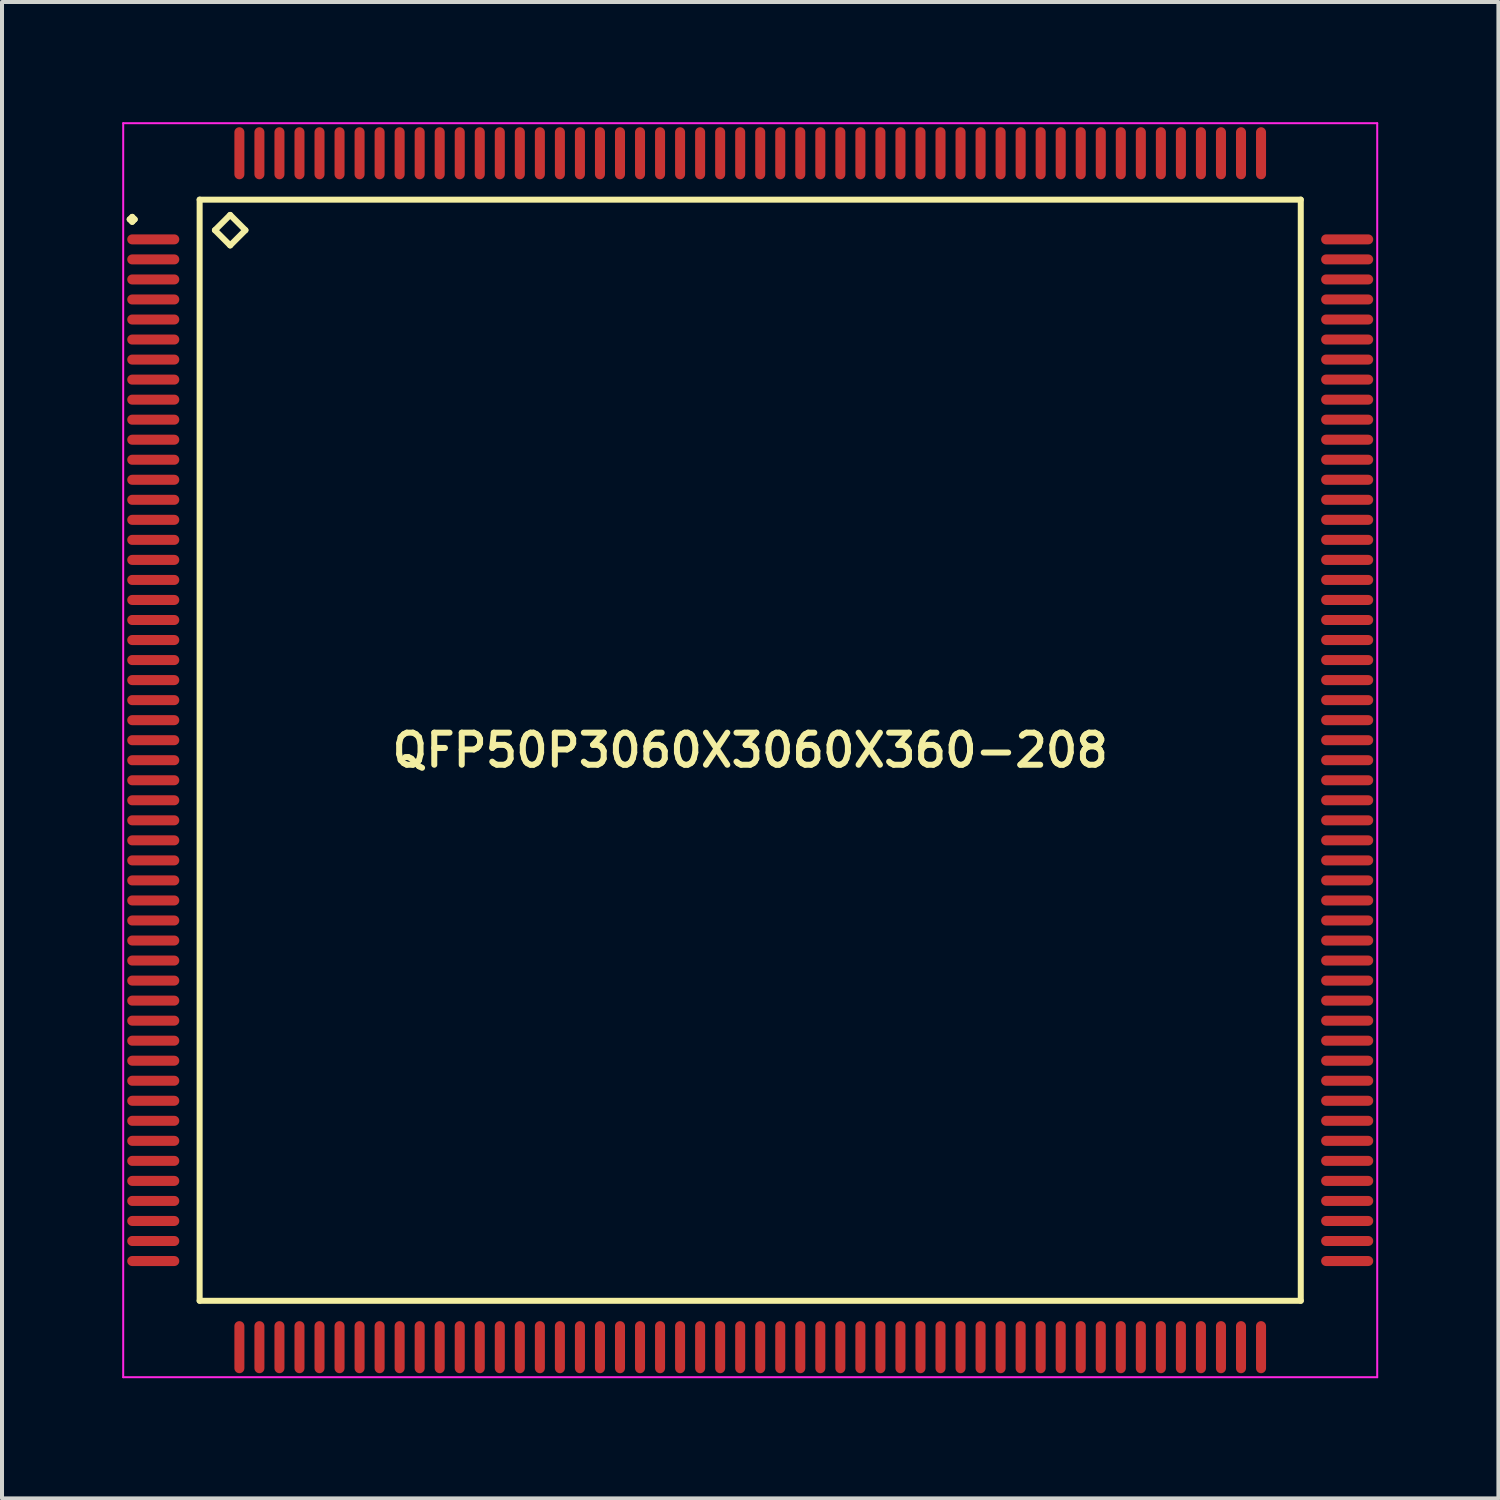
<source format=kicad_pcb>
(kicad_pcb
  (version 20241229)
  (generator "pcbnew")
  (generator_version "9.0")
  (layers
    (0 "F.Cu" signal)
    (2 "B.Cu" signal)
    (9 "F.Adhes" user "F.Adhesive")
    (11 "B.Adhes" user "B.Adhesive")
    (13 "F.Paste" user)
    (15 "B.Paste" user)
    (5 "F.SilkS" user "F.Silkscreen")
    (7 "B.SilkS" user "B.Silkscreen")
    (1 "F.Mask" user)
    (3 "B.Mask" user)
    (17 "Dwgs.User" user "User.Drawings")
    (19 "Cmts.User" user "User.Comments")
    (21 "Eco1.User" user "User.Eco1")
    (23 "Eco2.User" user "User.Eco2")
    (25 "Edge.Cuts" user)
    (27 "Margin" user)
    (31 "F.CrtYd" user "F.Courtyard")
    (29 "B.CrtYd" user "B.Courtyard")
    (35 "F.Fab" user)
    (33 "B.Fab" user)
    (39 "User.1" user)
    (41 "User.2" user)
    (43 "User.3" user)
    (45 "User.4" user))
  (footprint "QFP50P3060X3060X360-208"
    (layer "F.Cu")
    (at 15.675 15.675)
    (property "Reference" "QFP50P3060X3060X360-208" (at 0 0 0) (layer "F.SilkS") (effects (font (size 0.8 0.8) (thickness 0.15))))
    (attr smd)
    (fp_line (start -15.488 -13.25) (end -15.425 -13.312) (stroke (width 0.15) (type solid)) (layer "F.SilkS"))
    (fp_line (start -15.425 -13.312) (end -15.363 -13.25) (stroke (width 0.15) (type solid)) (layer "F.SilkS"))
    (fp_line (start -15.425 -13.188) (end -15.488 -13.25) (stroke (width 0.15) (type solid)) (layer "F.SilkS"))
    (fp_line (start -15.363 -13.25) (end -15.425 -13.188) (stroke (width 0.15) (type solid)) (layer "F.SilkS"))
    (fp_line (start -13.742 -13.742) (end -13.742 13.742) (stroke (width 0.15) (type solid)) (layer "F.SilkS"))
    (fp_line (start -13.742 13.742) (end 13.742 13.742) (stroke (width 0.15) (type solid)) (layer "F.SilkS"))
    (fp_line (start -13.361 -12.98) (end -12.98 -13.361) (stroke (width 0.15) (type solid)) (layer "F.SilkS"))
    (fp_line (start -12.98 -13.361) (end -12.599 -12.98) (stroke (width 0.15) (type solid)) (layer "F.SilkS"))
    (fp_line (start -12.98 -12.599) (end -13.361 -12.98) (stroke (width 0.15) (type solid)) (layer "F.SilkS"))
    (fp_line (start -12.599 -12.98) (end -12.98 -12.599) (stroke (width 0.15) (type solid)) (layer "F.SilkS"))
    (fp_line (start 13.742 -13.742) (end -13.742 -13.742) (stroke (width 0.15) (type solid)) (layer "F.SilkS"))
    (fp_line (start 13.742 13.742) (end 13.742 -13.742) (stroke (width 0.15) (type solid)) (layer "F.SilkS"))
    (fp_line (start -15.65 -15.65) (end 15.65 -15.65) (stroke (width 0.05) (type solid)) (layer "F.CrtYd"))
    (fp_line (start -15.65 15.65) (end -15.65 -15.65) (stroke (width 0.05) (type solid)) (layer "F.CrtYd"))
    (fp_line (start 15.65 -15.65) (end 15.65 15.65) (stroke (width 0.05) (type solid)) (layer "F.CrtYd"))
    (fp_line (start 15.65 15.65) (end -15.65 15.65) (stroke (width 0.05) (type solid)) (layer "F.CrtYd"))
    (pad "1" smd oval (at -14.9 -12.75) (size 1.3 0.25) (layers "F.Cu" "F.Mask" "F.Paste"))
    (pad "2" smd oval (at -14.9 -12.25) (size 1.3 0.25) (layers "F.Cu" "F.Mask" "F.Paste"))
    (pad "3" smd oval (at -14.9 -11.75) (size 1.3 0.25) (layers "F.Cu" "F.Mask" "F.Paste"))
    (pad "4" smd oval (at -14.9 -11.25) (size 1.3 0.25) (layers "F.Cu" "F.Mask" "F.Paste"))
    (pad "5" smd oval (at -14.9 -10.75) (size 1.3 0.25) (layers "F.Cu" "F.Mask" "F.Paste"))
    (pad "6" smd oval (at -14.9 -10.25) (size 1.3 0.25) (layers "F.Cu" "F.Mask" "F.Paste"))
    (pad "7" smd oval (at -14.9 -9.75) (size 1.3 0.25) (layers "F.Cu" "F.Mask" "F.Paste"))
    (pad "8" smd oval (at -14.9 -9.25) (size 1.3 0.25) (layers "F.Cu" "F.Mask" "F.Paste"))
    (pad "9" smd oval (at -14.9 -8.75) (size 1.3 0.25) (layers "F.Cu" "F.Mask" "F.Paste"))
    (pad "10" smd oval (at -14.9 -8.25) (size 1.3 0.25) (layers "F.Cu" "F.Mask" "F.Paste"))
    (pad "11" smd oval (at -14.9 -7.75) (size 1.3 0.25) (layers "F.Cu" "F.Mask" "F.Paste"))
    (pad "12" smd oval (at -14.9 -7.25) (size 1.3 0.25) (layers "F.Cu" "F.Mask" "F.Paste"))
    (pad "13" smd oval (at -14.9 -6.75) (size 1.3 0.25) (layers "F.Cu" "F.Mask" "F.Paste"))
    (pad "14" smd oval (at -14.9 -6.25) (size 1.3 0.25) (layers "F.Cu" "F.Mask" "F.Paste"))
    (pad "15" smd oval (at -14.9 -5.75) (size 1.3 0.25) (layers "F.Cu" "F.Mask" "F.Paste"))
    (pad "16" smd oval (at -14.9 -5.25) (size 1.3 0.25) (layers "F.Cu" "F.Mask" "F.Paste"))
    (pad "17" smd oval (at -14.9 -4.75) (size 1.3 0.25) (layers "F.Cu" "F.Mask" "F.Paste"))
    (pad "18" smd oval (at -14.9 -4.25) (size 1.3 0.25) (layers "F.Cu" "F.Mask" "F.Paste"))
    (pad "19" smd oval (at -14.9 -3.75) (size 1.3 0.25) (layers "F.Cu" "F.Mask" "F.Paste"))
    (pad "20" smd oval (at -14.9 -3.25) (size 1.3 0.25) (layers "F.Cu" "F.Mask" "F.Paste"))
    (pad "21" smd oval (at -14.9 -2.75) (size 1.3 0.25) (layers "F.Cu" "F.Mask" "F.Paste"))
    (pad "22" smd oval (at -14.9 -2.25) (size 1.3 0.25) (layers "F.Cu" "F.Mask" "F.Paste"))
    (pad "23" smd oval (at -14.9 -1.75) (size 1.3 0.25) (layers "F.Cu" "F.Mask" "F.Paste"))
    (pad "24" smd oval (at -14.9 -1.25) (size 1.3 0.25) (layers "F.Cu" "F.Mask" "F.Paste"))
    (pad "25" smd oval (at -14.9 -0.75) (size 1.3 0.25) (layers "F.Cu" "F.Mask" "F.Paste"))
    (pad "26" smd oval (at -14.9 -0.25) (size 1.3 0.25) (layers "F.Cu" "F.Mask" "F.Paste"))
    (pad "27" smd oval (at -14.9 0.25) (size 1.3 0.25) (layers "F.Cu" "F.Mask" "F.Paste"))
    (pad "28" smd oval (at -14.9 0.75) (size 1.3 0.25) (layers "F.Cu" "F.Mask" "F.Paste"))
    (pad "29" smd oval (at -14.9 1.25) (size 1.3 0.25) (layers "F.Cu" "F.Mask" "F.Paste"))
    (pad "30" smd oval (at -14.9 1.75) (size 1.3 0.25) (layers "F.Cu" "F.Mask" "F.Paste"))
    (pad "31" smd oval (at -14.9 2.25) (size 1.3 0.25) (layers "F.Cu" "F.Mask" "F.Paste"))
    (pad "32" smd oval (at -14.9 2.75) (size 1.3 0.25) (layers "F.Cu" "F.Mask" "F.Paste"))
    (pad "33" smd oval (at -14.9 3.25) (size 1.3 0.25) (layers "F.Cu" "F.Mask" "F.Paste"))
    (pad "34" smd oval (at -14.9 3.75) (size 1.3 0.25) (layers "F.Cu" "F.Mask" "F.Paste"))
    (pad "35" smd oval (at -14.9 4.25) (size 1.3 0.25) (layers "F.Cu" "F.Mask" "F.Paste"))
    (pad "36" smd oval (at -14.9 4.75) (size 1.3 0.25) (layers "F.Cu" "F.Mask" "F.Paste"))
    (pad "37" smd oval (at -14.9 5.25) (size 1.3 0.25) (layers "F.Cu" "F.Mask" "F.Paste"))
    (pad "38" smd oval (at -14.9 5.75) (size 1.3 0.25) (layers "F.Cu" "F.Mask" "F.Paste"))
    (pad "39" smd oval (at -14.9 6.25) (size 1.3 0.25) (layers "F.Cu" "F.Mask" "F.Paste"))
    (pad "40" smd oval (at -14.9 6.75) (size 1.3 0.25) (layers "F.Cu" "F.Mask" "F.Paste"))
    (pad "41" smd oval (at -14.9 7.25) (size 1.3 0.25) (layers "F.Cu" "F.Mask" "F.Paste"))
    (pad "42" smd oval (at -14.9 7.75) (size 1.3 0.25) (layers "F.Cu" "F.Mask" "F.Paste"))
    (pad "43" smd oval (at -14.9 8.25) (size 1.3 0.25) (layers "F.Cu" "F.Mask" "F.Paste"))
    (pad "44" smd oval (at -14.9 8.75) (size 1.3 0.25) (layers "F.Cu" "F.Mask" "F.Paste"))
    (pad "45" smd oval (at -14.9 9.25) (size 1.3 0.25) (layers "F.Cu" "F.Mask" "F.Paste"))
    (pad "46" smd oval (at -14.9 9.75) (size 1.3 0.25) (layers "F.Cu" "F.Mask" "F.Paste"))
    (pad "47" smd oval (at -14.9 10.25) (size 1.3 0.25) (layers "F.Cu" "F.Mask" "F.Paste"))
    (pad "48" smd oval (at -14.9 10.75) (size 1.3 0.25) (layers "F.Cu" "F.Mask" "F.Paste"))
    (pad "49" smd oval (at -14.9 11.25) (size 1.3 0.25) (layers "F.Cu" "F.Mask" "F.Paste"))
    (pad "50" smd oval (at -14.9 11.75) (size 1.3 0.25) (layers "F.Cu" "F.Mask" "F.Paste"))
    (pad "51" smd oval (at -14.9 12.25) (size 1.3 0.25) (layers "F.Cu" "F.Mask" "F.Paste"))
    (pad "52" smd oval (at -14.9 12.75) (size 1.3 0.25) (layers "F.Cu" "F.Mask" "F.Paste"))
    (pad "53" smd oval (at -12.75 14.9) (size 0.25 1.3) (layers "F.Cu" "F.Mask" "F.Paste"))
    (pad "54" smd oval (at -12.25 14.9) (size 0.25 1.3) (layers "F.Cu" "F.Mask" "F.Paste"))
    (pad "55" smd oval (at -11.75 14.9) (size 0.25 1.3) (layers "F.Cu" "F.Mask" "F.Paste"))
    (pad "56" smd oval (at -11.25 14.9) (size 0.25 1.3) (layers "F.Cu" "F.Mask" "F.Paste"))
    (pad "57" smd oval (at -10.75 14.9) (size 0.25 1.3) (layers "F.Cu" "F.Mask" "F.Paste"))
    (pad "58" smd oval (at -10.25 14.9) (size 0.25 1.3) (layers "F.Cu" "F.Mask" "F.Paste"))
    (pad "59" smd oval (at -9.75 14.9) (size 0.25 1.3) (layers "F.Cu" "F.Mask" "F.Paste"))
    (pad "60" smd oval (at -9.25 14.9) (size 0.25 1.3) (layers "F.Cu" "F.Mask" "F.Paste"))
    (pad "61" smd oval (at -8.75 14.9) (size 0.25 1.3) (layers "F.Cu" "F.Mask" "F.Paste"))
    (pad "62" smd oval (at -8.25 14.9) (size 0.25 1.3) (layers "F.Cu" "F.Mask" "F.Paste"))
    (pad "63" smd oval (at -7.75 14.9) (size 0.25 1.3) (layers "F.Cu" "F.Mask" "F.Paste"))
    (pad "64" smd oval (at -7.25 14.9) (size 0.25 1.3) (layers "F.Cu" "F.Mask" "F.Paste"))
    (pad "65" smd oval (at -6.75 14.9) (size 0.25 1.3) (layers "F.Cu" "F.Mask" "F.Paste"))
    (pad "66" smd oval (at -6.25 14.9) (size 0.25 1.3) (layers "F.Cu" "F.Mask" "F.Paste"))
    (pad "67" smd oval (at -5.75 14.9) (size 0.25 1.3) (layers "F.Cu" "F.Mask" "F.Paste"))
    (pad "68" smd oval (at -5.25 14.9) (size 0.25 1.3) (layers "F.Cu" "F.Mask" "F.Paste"))
    (pad "69" smd oval (at -4.75 14.9) (size 0.25 1.3) (layers "F.Cu" "F.Mask" "F.Paste"))
    (pad "70" smd oval (at -4.25 14.9) (size 0.25 1.3) (layers "F.Cu" "F.Mask" "F.Paste"))
    (pad "71" smd oval (at -3.75 14.9) (size 0.25 1.3) (layers "F.Cu" "F.Mask" "F.Paste"))
    (pad "72" smd oval (at -3.25 14.9) (size 0.25 1.3) (layers "F.Cu" "F.Mask" "F.Paste"))
    (pad "73" smd oval (at -2.75 14.9) (size 0.25 1.3) (layers "F.Cu" "F.Mask" "F.Paste"))
    (pad "74" smd oval (at -2.25 14.9) (size 0.25 1.3) (layers "F.Cu" "F.Mask" "F.Paste"))
    (pad "75" smd oval (at -1.75 14.9) (size 0.25 1.3) (layers "F.Cu" "F.Mask" "F.Paste"))
    (pad "76" smd oval (at -1.25 14.9) (size 0.25 1.3) (layers "F.Cu" "F.Mask" "F.Paste"))
    (pad "77" smd oval (at -0.75 14.9) (size 0.25 1.3) (layers "F.Cu" "F.Mask" "F.Paste"))
    (pad "78" smd oval (at -0.25 14.9) (size 0.25 1.3) (layers "F.Cu" "F.Mask" "F.Paste"))
    (pad "79" smd oval (at 0.25 14.9) (size 0.25 1.3) (layers "F.Cu" "F.Mask" "F.Paste"))
    (pad "80" smd oval (at 0.75 14.9) (size 0.25 1.3) (layers "F.Cu" "F.Mask" "F.Paste"))
    (pad "81" smd oval (at 1.25 14.9) (size 0.25 1.3) (layers "F.Cu" "F.Mask" "F.Paste"))
    (pad "82" smd oval (at 1.75 14.9) (size 0.25 1.3) (layers "F.Cu" "F.Mask" "F.Paste"))
    (pad "83" smd oval (at 2.25 14.9) (size 0.25 1.3) (layers "F.Cu" "F.Mask" "F.Paste"))
    (pad "84" smd oval (at 2.75 14.9) (size 0.25 1.3) (layers "F.Cu" "F.Mask" "F.Paste"))
    (pad "85" smd oval (at 3.25 14.9) (size 0.25 1.3) (layers "F.Cu" "F.Mask" "F.Paste"))
    (pad "86" smd oval (at 3.75 14.9) (size 0.25 1.3) (layers "F.Cu" "F.Mask" "F.Paste"))
    (pad "87" smd oval (at 4.25 14.9) (size 0.25 1.3) (layers "F.Cu" "F.Mask" "F.Paste"))
    (pad "88" smd oval (at 4.75 14.9) (size 0.25 1.3) (layers "F.Cu" "F.Mask" "F.Paste"))
    (pad "89" smd oval (at 5.25 14.9) (size 0.25 1.3) (layers "F.Cu" "F.Mask" "F.Paste"))
    (pad "90" smd oval (at 5.75 14.9) (size 0.25 1.3) (layers "F.Cu" "F.Mask" "F.Paste"))
    (pad "91" smd oval (at 6.25 14.9) (size 0.25 1.3) (layers "F.Cu" "F.Mask" "F.Paste"))
    (pad "92" smd oval (at 6.75 14.9) (size 0.25 1.3) (layers "F.Cu" "F.Mask" "F.Paste"))
    (pad "93" smd oval (at 7.25 14.9) (size 0.25 1.3) (layers "F.Cu" "F.Mask" "F.Paste"))
    (pad "94" smd oval (at 7.75 14.9) (size 0.25 1.3) (layers "F.Cu" "F.Mask" "F.Paste"))
    (pad "95" smd oval (at 8.25 14.9) (size 0.25 1.3) (layers "F.Cu" "F.Mask" "F.Paste"))
    (pad "96" smd oval (at 8.75 14.9) (size 0.25 1.3) (layers "F.Cu" "F.Mask" "F.Paste"))
    (pad "97" smd oval (at 9.25 14.9) (size 0.25 1.3) (layers "F.Cu" "F.Mask" "F.Paste"))
    (pad "98" smd oval (at 9.75 14.9) (size 0.25 1.3) (layers "F.Cu" "F.Mask" "F.Paste"))
    (pad "99" smd oval (at 10.25 14.9) (size 0.25 1.3) (layers "F.Cu" "F.Mask" "F.Paste"))
    (pad "100" smd oval (at 10.75 14.9) (size 0.25 1.3) (layers "F.Cu" "F.Mask" "F.Paste"))
    (pad "101" smd oval (at 11.25 14.9) (size 0.25 1.3) (layers "F.Cu" "F.Mask" "F.Paste"))
    (pad "102" smd oval (at 11.75 14.9) (size 0.25 1.3) (layers "F.Cu" "F.Mask" "F.Paste"))
    (pad "103" smd oval (at 12.25 14.9) (size 0.25 1.3) (layers "F.Cu" "F.Mask" "F.Paste"))
    (pad "104" smd oval (at 12.75 14.9) (size 0.25 1.3) (layers "F.Cu" "F.Mask" "F.Paste"))
    (pad "105" smd oval (at 14.9 12.75) (size 1.3 0.25) (layers "F.Cu" "F.Mask" "F.Paste"))
    (pad "106" smd oval (at 14.9 12.25) (size 1.3 0.25) (layers "F.Cu" "F.Mask" "F.Paste"))
    (pad "107" smd oval (at 14.9 11.75) (size 1.3 0.25) (layers "F.Cu" "F.Mask" "F.Paste"))
    (pad "108" smd oval (at 14.9 11.25) (size 1.3 0.25) (layers "F.Cu" "F.Mask" "F.Paste"))
    (pad "109" smd oval (at 14.9 10.75) (size 1.3 0.25) (layers "F.Cu" "F.Mask" "F.Paste"))
    (pad "110" smd oval (at 14.9 10.25) (size 1.3 0.25) (layers "F.Cu" "F.Mask" "F.Paste"))
    (pad "111" smd oval (at 14.9 9.75) (size 1.3 0.25) (layers "F.Cu" "F.Mask" "F.Paste"))
    (pad "112" smd oval (at 14.9 9.25) (size 1.3 0.25) (layers "F.Cu" "F.Mask" "F.Paste"))
    (pad "113" smd oval (at 14.9 8.75) (size 1.3 0.25) (layers "F.Cu" "F.Mask" "F.Paste"))
    (pad "114" smd oval (at 14.9 8.25) (size 1.3 0.25) (layers "F.Cu" "F.Mask" "F.Paste"))
    (pad "115" smd oval (at 14.9 7.75) (size 1.3 0.25) (layers "F.Cu" "F.Mask" "F.Paste"))
    (pad "116" smd oval (at 14.9 7.25) (size 1.3 0.25) (layers "F.Cu" "F.Mask" "F.Paste"))
    (pad "117" smd oval (at 14.9 6.75) (size 1.3 0.25) (layers "F.Cu" "F.Mask" "F.Paste"))
    (pad "118" smd oval (at 14.9 6.25) (size 1.3 0.25) (layers "F.Cu" "F.Mask" "F.Paste"))
    (pad "119" smd oval (at 14.9 5.75) (size 1.3 0.25) (layers "F.Cu" "F.Mask" "F.Paste"))
    (pad "120" smd oval (at 14.9 5.25) (size 1.3 0.25) (layers "F.Cu" "F.Mask" "F.Paste"))
    (pad "121" smd oval (at 14.9 4.75) (size 1.3 0.25) (layers "F.Cu" "F.Mask" "F.Paste"))
    (pad "122" smd oval (at 14.9 4.25) (size 1.3 0.25) (layers "F.Cu" "F.Mask" "F.Paste"))
    (pad "123" smd oval (at 14.9 3.75) (size 1.3 0.25) (layers "F.Cu" "F.Mask" "F.Paste"))
    (pad "124" smd oval (at 14.9 3.25) (size 1.3 0.25) (layers "F.Cu" "F.Mask" "F.Paste"))
    (pad "125" smd oval (at 14.9 2.75) (size 1.3 0.25) (layers "F.Cu" "F.Mask" "F.Paste"))
    (pad "126" smd oval (at 14.9 2.25) (size 1.3 0.25) (layers "F.Cu" "F.Mask" "F.Paste"))
    (pad "127" smd oval (at 14.9 1.75) (size 1.3 0.25) (layers "F.Cu" "F.Mask" "F.Paste"))
    (pad "128" smd oval (at 14.9 1.25) (size 1.3 0.25) (layers "F.Cu" "F.Mask" "F.Paste"))
    (pad "129" smd oval (at 14.9 0.75) (size 1.3 0.25) (layers "F.Cu" "F.Mask" "F.Paste"))
    (pad "130" smd oval (at 14.9 0.25) (size 1.3 0.25) (layers "F.Cu" "F.Mask" "F.Paste"))
    (pad "131" smd oval (at 14.9 -0.25) (size 1.3 0.25) (layers "F.Cu" "F.Mask" "F.Paste"))
    (pad "132" smd oval (at 14.9 -0.75) (size 1.3 0.25) (layers "F.Cu" "F.Mask" "F.Paste"))
    (pad "133" smd oval (at 14.9 -1.25) (size 1.3 0.25) (layers "F.Cu" "F.Mask" "F.Paste"))
    (pad "134" smd oval (at 14.9 -1.75) (size 1.3 0.25) (layers "F.Cu" "F.Mask" "F.Paste"))
    (pad "135" smd oval (at 14.9 -2.25) (size 1.3 0.25) (layers "F.Cu" "F.Mask" "F.Paste"))
    (pad "136" smd oval (at 14.9 -2.75) (size 1.3 0.25) (layers "F.Cu" "F.Mask" "F.Paste"))
    (pad "137" smd oval (at 14.9 -3.25) (size 1.3 0.25) (layers "F.Cu" "F.Mask" "F.Paste"))
    (pad "138" smd oval (at 14.9 -3.75) (size 1.3 0.25) (layers "F.Cu" "F.Mask" "F.Paste"))
    (pad "139" smd oval (at 14.9 -4.25) (size 1.3 0.25) (layers "F.Cu" "F.Mask" "F.Paste"))
    (pad "140" smd oval (at 14.9 -4.75) (size 1.3 0.25) (layers "F.Cu" "F.Mask" "F.Paste"))
    (pad "141" smd oval (at 14.9 -5.25) (size 1.3 0.25) (layers "F.Cu" "F.Mask" "F.Paste"))
    (pad "142" smd oval (at 14.9 -5.75) (size 1.3 0.25) (layers "F.Cu" "F.Mask" "F.Paste"))
    (pad "143" smd oval (at 14.9 -6.25) (size 1.3 0.25) (layers "F.Cu" "F.Mask" "F.Paste"))
    (pad "144" smd oval (at 14.9 -6.75) (size 1.3 0.25) (layers "F.Cu" "F.Mask" "F.Paste"))
    (pad "145" smd oval (at 14.9 -7.25) (size 1.3 0.25) (layers "F.Cu" "F.Mask" "F.Paste"))
    (pad "146" smd oval (at 14.9 -7.75) (size 1.3 0.25) (layers "F.Cu" "F.Mask" "F.Paste"))
    (pad "147" smd oval (at 14.9 -8.25) (size 1.3 0.25) (layers "F.Cu" "F.Mask" "F.Paste"))
    (pad "148" smd oval (at 14.9 -8.75) (size 1.3 0.25) (layers "F.Cu" "F.Mask" "F.Paste"))
    (pad "149" smd oval (at 14.9 -9.25) (size 1.3 0.25) (layers "F.Cu" "F.Mask" "F.Paste"))
    (pad "150" smd oval (at 14.9 -9.75) (size 1.3 0.25) (layers "F.Cu" "F.Mask" "F.Paste"))
    (pad "151" smd oval (at 14.9 -10.25) (size 1.3 0.25) (layers "F.Cu" "F.Mask" "F.Paste"))
    (pad "152" smd oval (at 14.9 -10.75) (size 1.3 0.25) (layers "F.Cu" "F.Mask" "F.Paste"))
    (pad "153" smd oval (at 14.9 -11.25) (size 1.3 0.25) (layers "F.Cu" "F.Mask" "F.Paste"))
    (pad "154" smd oval (at 14.9 -11.75) (size 1.3 0.25) (layers "F.Cu" "F.Mask" "F.Paste"))
    (pad "155" smd oval (at 14.9 -12.25) (size 1.3 0.25) (layers "F.Cu" "F.Mask" "F.Paste"))
    (pad "156" smd oval (at 14.9 -12.75) (size 1.3 0.25) (layers "F.Cu" "F.Mask" "F.Paste"))
    (pad "157" smd oval (at 12.75 -14.9) (size 0.25 1.3) (layers "F.Cu" "F.Mask" "F.Paste"))
    (pad "158" smd oval (at 12.25 -14.9) (size 0.25 1.3) (layers "F.Cu" "F.Mask" "F.Paste"))
    (pad "159" smd oval (at 11.75 -14.9) (size 0.25 1.3) (layers "F.Cu" "F.Mask" "F.Paste"))
    (pad "160" smd oval (at 11.25 -14.9) (size 0.25 1.3) (layers "F.Cu" "F.Mask" "F.Paste"))
    (pad "161" smd oval (at 10.75 -14.9) (size 0.25 1.3) (layers "F.Cu" "F.Mask" "F.Paste"))
    (pad "162" smd oval (at 10.25 -14.9) (size 0.25 1.3) (layers "F.Cu" "F.Mask" "F.Paste"))
    (pad "163" smd oval (at 9.75 -14.9) (size 0.25 1.3) (layers "F.Cu" "F.Mask" "F.Paste"))
    (pad "164" smd oval (at 9.25 -14.9) (size 0.25 1.3) (layers "F.Cu" "F.Mask" "F.Paste"))
    (pad "165" smd oval (at 8.75 -14.9) (size 0.25 1.3) (layers "F.Cu" "F.Mask" "F.Paste"))
    (pad "166" smd oval (at 8.25 -14.9) (size 0.25 1.3) (layers "F.Cu" "F.Mask" "F.Paste"))
    (pad "167" smd oval (at 7.75 -14.9) (size 0.25 1.3) (layers "F.Cu" "F.Mask" "F.Paste"))
    (pad "168" smd oval (at 7.25 -14.9) (size 0.25 1.3) (layers "F.Cu" "F.Mask" "F.Paste"))
    (pad "169" smd oval (at 6.75 -14.9) (size 0.25 1.3) (layers "F.Cu" "F.Mask" "F.Paste"))
    (pad "170" smd oval (at 6.25 -14.9) (size 0.25 1.3) (layers "F.Cu" "F.Mask" "F.Paste"))
    (pad "171" smd oval (at 5.75 -14.9) (size 0.25 1.3) (layers "F.Cu" "F.Mask" "F.Paste"))
    (pad "172" smd oval (at 5.25 -14.9) (size 0.25 1.3) (layers "F.Cu" "F.Mask" "F.Paste"))
    (pad "173" smd oval (at 4.75 -14.9) (size 0.25 1.3) (layers "F.Cu" "F.Mask" "F.Paste"))
    (pad "174" smd oval (at 4.25 -14.9) (size 0.25 1.3) (layers "F.Cu" "F.Mask" "F.Paste"))
    (pad "175" smd oval (at 3.75 -14.9) (size 0.25 1.3) (layers "F.Cu" "F.Mask" "F.Paste"))
    (pad "176" smd oval (at 3.25 -14.9) (size 0.25 1.3) (layers "F.Cu" "F.Mask" "F.Paste"))
    (pad "177" smd oval (at 2.75 -14.9) (size 0.25 1.3) (layers "F.Cu" "F.Mask" "F.Paste"))
    (pad "178" smd oval (at 2.25 -14.9) (size 0.25 1.3) (layers "F.Cu" "F.Mask" "F.Paste"))
    (pad "179" smd oval (at 1.75 -14.9) (size 0.25 1.3) (layers "F.Cu" "F.Mask" "F.Paste"))
    (pad "180" smd oval (at 1.25 -14.9) (size 0.25 1.3) (layers "F.Cu" "F.Mask" "F.Paste"))
    (pad "181" smd oval (at 0.75 -14.9) (size 0.25 1.3) (layers "F.Cu" "F.Mask" "F.Paste"))
    (pad "182" smd oval (at 0.25 -14.9) (size 0.25 1.3) (layers "F.Cu" "F.Mask" "F.Paste"))
    (pad "183" smd oval (at -0.25 -14.9) (size 0.25 1.3) (layers "F.Cu" "F.Mask" "F.Paste"))
    (pad "184" smd oval (at -0.75 -14.9) (size 0.25 1.3) (layers "F.Cu" "F.Mask" "F.Paste"))
    (pad "185" smd oval (at -1.25 -14.9) (size 0.25 1.3) (layers "F.Cu" "F.Mask" "F.Paste"))
    (pad "186" smd oval (at -1.75 -14.9) (size 0.25 1.3) (layers "F.Cu" "F.Mask" "F.Paste"))
    (pad "187" smd oval (at -2.25 -14.9) (size 0.25 1.3) (layers "F.Cu" "F.Mask" "F.Paste"))
    (pad "188" smd oval (at -2.75 -14.9) (size 0.25 1.3) (layers "F.Cu" "F.Mask" "F.Paste"))
    (pad "189" smd oval (at -3.25 -14.9) (size 0.25 1.3) (layers "F.Cu" "F.Mask" "F.Paste"))
    (pad "190" smd oval (at -3.75 -14.9) (size 0.25 1.3) (layers "F.Cu" "F.Mask" "F.Paste"))
    (pad "191" smd oval (at -4.25 -14.9) (size 0.25 1.3) (layers "F.Cu" "F.Mask" "F.Paste"))
    (pad "192" smd oval (at -4.75 -14.9) (size 0.25 1.3) (layers "F.Cu" "F.Mask" "F.Paste"))
    (pad "193" smd oval (at -5.25 -14.9) (size 0.25 1.3) (layers "F.Cu" "F.Mask" "F.Paste"))
    (pad "194" smd oval (at -5.75 -14.9) (size 0.25 1.3) (layers "F.Cu" "F.Mask" "F.Paste"))
    (pad "195" smd oval (at -6.25 -14.9) (size 0.25 1.3) (layers "F.Cu" "F.Mask" "F.Paste"))
    (pad "196" smd oval (at -6.75 -14.9) (size 0.25 1.3) (layers "F.Cu" "F.Mask" "F.Paste"))
    (pad "197" smd oval (at -7.25 -14.9) (size 0.25 1.3) (layers "F.Cu" "F.Mask" "F.Paste"))
    (pad "198" smd oval (at -7.75 -14.9) (size 0.25 1.3) (layers "F.Cu" "F.Mask" "F.Paste"))
    (pad "199" smd oval (at -8.25 -14.9) (size 0.25 1.3) (layers "F.Cu" "F.Mask" "F.Paste"))
    (pad "200" smd oval (at -8.75 -14.9) (size 0.25 1.3) (layers "F.Cu" "F.Mask" "F.Paste"))
    (pad "201" smd oval (at -9.25 -14.9) (size 0.25 1.3) (layers "F.Cu" "F.Mask" "F.Paste"))
    (pad "202" smd oval (at -9.75 -14.9) (size 0.25 1.3) (layers "F.Cu" "F.Mask" "F.Paste"))
    (pad "203" smd oval (at -10.25 -14.9) (size 0.25 1.3) (layers "F.Cu" "F.Mask" "F.Paste"))
    (pad "204" smd oval (at -10.75 -14.9) (size 0.25 1.3) (layers "F.Cu" "F.Mask" "F.Paste"))
    (pad "205" smd oval (at -11.25 -14.9) (size 0.25 1.3) (layers "F.Cu" "F.Mask" "F.Paste"))
    (pad "206" smd oval (at -11.75 -14.9) (size 0.25 1.3) (layers "F.Cu" "F.Mask" "F.Paste"))
    (pad "207" smd oval (at -12.25 -14.9) (size 0.25 1.3) (layers "F.Cu" "F.Mask" "F.Paste"))
    (pad "208" smd oval (at -12.75 -14.9) (size 0.25 1.3) (layers "F.Cu" "F.Mask" "F.Paste")))
  (gr_rect
    (start -3 -3)
    (end 34.35 34.35)
    (stroke (width 0.1) (type default))
    (fill no)
    (layer "Edge.Cuts")))
</source>
